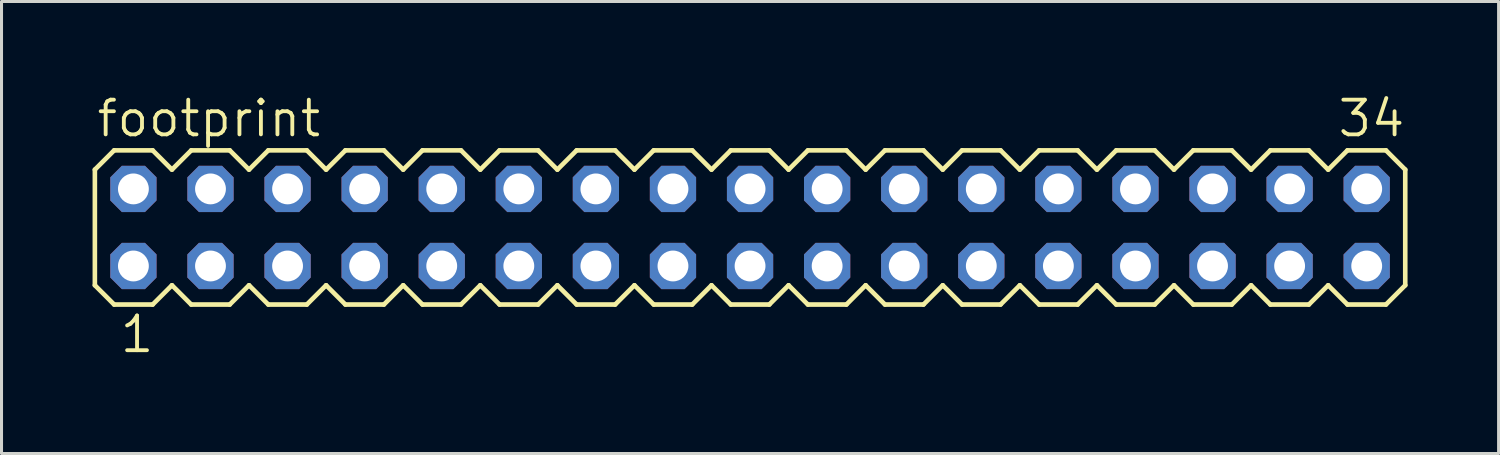
<source format=kicad_pcb>
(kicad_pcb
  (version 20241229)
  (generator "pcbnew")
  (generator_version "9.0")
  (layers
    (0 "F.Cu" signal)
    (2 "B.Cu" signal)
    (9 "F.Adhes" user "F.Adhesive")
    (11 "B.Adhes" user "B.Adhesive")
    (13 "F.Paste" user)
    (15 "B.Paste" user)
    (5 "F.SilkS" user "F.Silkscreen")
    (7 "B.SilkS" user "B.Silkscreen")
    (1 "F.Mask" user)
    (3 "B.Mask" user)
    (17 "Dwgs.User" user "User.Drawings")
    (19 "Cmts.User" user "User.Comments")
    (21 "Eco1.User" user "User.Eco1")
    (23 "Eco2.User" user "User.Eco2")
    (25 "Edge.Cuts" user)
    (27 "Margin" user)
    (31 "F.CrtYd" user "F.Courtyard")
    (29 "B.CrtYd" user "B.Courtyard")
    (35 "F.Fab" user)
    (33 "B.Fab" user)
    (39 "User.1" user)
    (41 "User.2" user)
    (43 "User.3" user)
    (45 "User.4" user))
  (footprint "footprint"
    (layer "F.Cu")
    (at 21.666 4.445)
    (property "Reference" "footprint" (at -21.59 -2.921 0) (layer "F.SilkS") (effects (font (size 1.143 1.143) (thickness 0.127)) (justify left bottom)))
    (fp_line (start -21.59 -1.905) (end -21.59 1.905) (stroke (width 0.152) (type solid)) (layer "F.SilkS"))
    (fp_line (start -21.59 1.905) (end -20.955 2.54) (stroke (width 0.152) (type solid)) (layer "F.SilkS"))
    (fp_line (start -20.955 -2.54) (end -21.59 -1.905) (stroke (width 0.152) (type solid)) (layer "F.SilkS"))
    (fp_line (start -20.955 -2.54) (end -19.685 -2.54) (stroke (width 0.152) (type solid)) (layer "F.SilkS"))
    (fp_line (start -19.685 -2.54) (end -19.05 -1.905) (stroke (width 0.152) (type solid)) (layer "F.SilkS"))
    (fp_line (start -19.685 2.54) (end -20.955 2.54) (stroke (width 0.152) (type solid)) (layer "F.SilkS"))
    (fp_line (start -19.05 -1.905) (end -18.415 -2.54) (stroke (width 0.152) (type solid)) (layer "F.SilkS"))
    (fp_line (start -19.05 1.905) (end -19.685 2.54) (stroke (width 0.152) (type solid)) (layer "F.SilkS"))
    (fp_line (start -18.415 -2.54) (end -17.145 -2.54) (stroke (width 0.152) (type solid)) (layer "F.SilkS"))
    (fp_line (start -18.415 2.54) (end -19.05 1.905) (stroke (width 0.152) (type solid)) (layer "F.SilkS"))
    (fp_line (start -17.145 -2.54) (end -16.51 -1.905) (stroke (width 0.152) (type solid)) (layer "F.SilkS"))
    (fp_line (start -17.145 2.54) (end -18.415 2.54) (stroke (width 0.152) (type solid)) (layer "F.SilkS"))
    (fp_line (start -16.51 -1.905) (end -15.875 -2.54) (stroke (width 0.152) (type solid)) (layer "F.SilkS"))
    (fp_line (start -16.51 1.905) (end -17.145 2.54) (stroke (width 0.152) (type solid)) (layer "F.SilkS"))
    (fp_line (start -15.875 -2.54) (end -14.605 -2.54) (stroke (width 0.152) (type solid)) (layer "F.SilkS"))
    (fp_line (start -15.875 2.54) (end -16.51 1.905) (stroke (width 0.152) (type solid)) (layer "F.SilkS"))
    (fp_line (start -14.605 -2.54) (end -13.97 -1.905) (stroke (width 0.152) (type solid)) (layer "F.SilkS"))
    (fp_line (start -14.605 2.54) (end -15.875 2.54) (stroke (width 0.152) (type solid)) (layer "F.SilkS"))
    (fp_line (start -13.97 1.905) (end -14.605 2.54) (stroke (width 0.152) (type solid)) (layer "F.SilkS"))
    (fp_line (start -13.97 1.905) (end -13.335 2.54) (stroke (width 0.152) (type solid)) (layer "F.SilkS"))
    (fp_line (start -13.335 -2.54) (end -13.97 -1.905) (stroke (width 0.152) (type solid)) (layer "F.SilkS"))
    (fp_line (start -13.335 -2.54) (end -12.065 -2.54) (stroke (width 0.152) (type solid)) (layer "F.SilkS"))
    (fp_line (start -12.065 -2.54) (end -11.43 -1.905) (stroke (width 0.152) (type solid)) (layer "F.SilkS"))
    (fp_line (start -12.065 2.54) (end -13.335 2.54) (stroke (width 0.152) (type solid)) (layer "F.SilkS"))
    (fp_line (start -11.43 -1.905) (end -10.795 -2.54) (stroke (width 0.152) (type solid)) (layer "F.SilkS"))
    (fp_line (start -11.43 1.905) (end -12.065 2.54) (stroke (width 0.152) (type solid)) (layer "F.SilkS"))
    (fp_line (start -10.795 -2.54) (end -9.525 -2.54) (stroke (width 0.152) (type solid)) (layer "F.SilkS"))
    (fp_line (start -10.795 2.54) (end -11.43 1.905) (stroke (width 0.152) (type solid)) (layer "F.SilkS"))
    (fp_line (start -9.525 -2.54) (end -8.89 -1.905) (stroke (width 0.152) (type solid)) (layer "F.SilkS"))
    (fp_line (start -9.525 2.54) (end -10.795 2.54) (stroke (width 0.152) (type solid)) (layer "F.SilkS"))
    (fp_line (start -8.89 -1.905) (end -8.255 -2.54) (stroke (width 0.152) (type solid)) (layer "F.SilkS"))
    (fp_line (start -8.89 1.905) (end -9.525 2.54) (stroke (width 0.152) (type solid)) (layer "F.SilkS"))
    (fp_line (start -8.255 -2.54) (end -6.985 -2.54) (stroke (width 0.152) (type solid)) (layer "F.SilkS"))
    (fp_line (start -8.255 2.54) (end -8.89 1.905) (stroke (width 0.152) (type solid)) (layer "F.SilkS"))
    (fp_line (start -6.985 -2.54) (end -6.35 -1.905) (stroke (width 0.152) (type solid)) (layer "F.SilkS"))
    (fp_line (start -6.985 2.54) (end -8.255 2.54) (stroke (width 0.152) (type solid)) (layer "F.SilkS"))
    (fp_line (start -6.35 -1.905) (end -5.715 -2.54) (stroke (width 0.152) (type solid)) (layer "F.SilkS"))
    (fp_line (start -6.35 1.905) (end -6.985 2.54) (stroke (width 0.152) (type solid)) (layer "F.SilkS"))
    (fp_line (start -5.715 -2.54) (end -4.445 -2.54) (stroke (width 0.152) (type solid)) (layer "F.SilkS"))
    (fp_line (start -5.715 2.54) (end -6.35 1.905) (stroke (width 0.152) (type solid)) (layer "F.SilkS"))
    (fp_line (start -4.445 -2.54) (end -3.81 -1.905) (stroke (width 0.152) (type solid)) (layer "F.SilkS"))
    (fp_line (start -4.445 2.54) (end -5.715 2.54) (stroke (width 0.152) (type solid)) (layer "F.SilkS"))
    (fp_line (start -3.81 1.905) (end -4.445 2.54) (stroke (width 0.152) (type solid)) (layer "F.SilkS"))
    (fp_line (start -3.81 1.905) (end -3.175 2.54) (stroke (width 0.152) (type solid)) (layer "F.SilkS"))
    (fp_line (start -3.175 -2.54) (end -3.81 -1.905) (stroke (width 0.152) (type solid)) (layer "F.SilkS"))
    (fp_line (start -3.175 -2.54) (end -1.905 -2.54) (stroke (width 0.152) (type solid)) (layer "F.SilkS"))
    (fp_line (start -1.905 -2.54) (end -1.27 -1.905) (stroke (width 0.152) (type solid)) (layer "F.SilkS"))
    (fp_line (start -1.905 2.54) (end -3.175 2.54) (stroke (width 0.152) (type solid)) (layer "F.SilkS"))
    (fp_line (start -1.27 -1.905) (end -0.635 -2.54) (stroke (width 0.152) (type solid)) (layer "F.SilkS"))
    (fp_line (start -1.27 1.905) (end -1.905 2.54) (stroke (width 0.152) (type solid)) (layer "F.SilkS"))
    (fp_line (start -0.635 -2.54) (end 0.635 -2.54) (stroke (width 0.152) (type solid)) (layer "F.SilkS"))
    (fp_line (start -0.635 2.54) (end -1.27 1.905) (stroke (width 0.152) (type solid)) (layer "F.SilkS"))
    (fp_line (start 0.635 -2.54) (end 1.27 -1.905) (stroke (width 0.152) (type solid)) (layer "F.SilkS"))
    (fp_line (start 0.635 2.54) (end -0.635 2.54) (stroke (width 0.152) (type solid)) (layer "F.SilkS"))
    (fp_line (start 1.27 -1.905) (end 1.905 -2.54) (stroke (width 0.152) (type solid)) (layer "F.SilkS"))
    (fp_line (start 1.27 1.905) (end 0.635 2.54) (stroke (width 0.152) (type solid)) (layer "F.SilkS"))
    (fp_line (start 1.905 -2.54) (end 3.175 -2.54) (stroke (width 0.152) (type solid)) (layer "F.SilkS"))
    (fp_line (start 1.905 2.54) (end 1.27 1.905) (stroke (width 0.152) (type solid)) (layer "F.SilkS"))
    (fp_line (start 3.175 -2.54) (end 3.81 -1.905) (stroke (width 0.152) (type solid)) (layer "F.SilkS"))
    (fp_line (start 3.175 2.54) (end 1.905 2.54) (stroke (width 0.152) (type solid)) (layer "F.SilkS"))
    (fp_line (start 3.81 1.905) (end 3.175 2.54) (stroke (width 0.152) (type solid)) (layer "F.SilkS"))
    (fp_line (start 3.81 1.905) (end 4.445 2.54) (stroke (width 0.152) (type solid)) (layer "F.SilkS"))
    (fp_line (start 4.445 -2.54) (end 3.81 -1.905) (stroke (width 0.152) (type solid)) (layer "F.SilkS"))
    (fp_line (start 4.445 -2.54) (end 5.715 -2.54) (stroke (width 0.152) (type solid)) (layer "F.SilkS"))
    (fp_line (start 5.715 -2.54) (end 6.35 -1.905) (stroke (width 0.152) (type solid)) (layer "F.SilkS"))
    (fp_line (start 5.715 2.54) (end 4.445 2.54) (stroke (width 0.152) (type solid)) (layer "F.SilkS"))
    (fp_line (start 6.35 -1.905) (end 6.985 -2.54) (stroke (width 0.152) (type solid)) (layer "F.SilkS"))
    (fp_line (start 6.35 1.905) (end 5.715 2.54) (stroke (width 0.152) (type solid)) (layer "F.SilkS"))
    (fp_line (start 6.985 -2.54) (end 8.255 -2.54) (stroke (width 0.152) (type solid)) (layer "F.SilkS"))
    (fp_line (start 6.985 2.54) (end 6.35 1.905) (stroke (width 0.152) (type solid)) (layer "F.SilkS"))
    (fp_line (start 8.255 -2.54) (end 8.89 -1.905) (stroke (width 0.152) (type solid)) (layer "F.SilkS"))
    (fp_line (start 8.255 2.54) (end 6.985 2.54) (stroke (width 0.152) (type solid)) (layer "F.SilkS"))
    (fp_line (start 8.89 -1.905) (end 9.525 -2.54) (stroke (width 0.152) (type solid)) (layer "F.SilkS"))
    (fp_line (start 8.89 1.905) (end 8.255 2.54) (stroke (width 0.152) (type solid)) (layer "F.SilkS"))
    (fp_line (start 9.525 -2.54) (end 10.795 -2.54) (stroke (width 0.152) (type solid)) (layer "F.SilkS"))
    (fp_line (start 9.525 2.54) (end 8.89 1.905) (stroke (width 0.152) (type solid)) (layer "F.SilkS"))
    (fp_line (start 10.795 -2.54) (end 11.43 -1.905) (stroke (width 0.152) (type solid)) (layer "F.SilkS"))
    (fp_line (start 10.795 2.54) (end 9.525 2.54) (stroke (width 0.152) (type solid)) (layer "F.SilkS"))
    (fp_line (start 11.43 -1.905) (end 12.065 -2.54) (stroke (width 0.152) (type solid)) (layer "F.SilkS"))
    (fp_line (start 11.43 1.905) (end 10.795 2.54) (stroke (width 0.152) (type solid)) (layer "F.SilkS"))
    (fp_line (start 12.065 -2.54) (end 13.335 -2.54) (stroke (width 0.152) (type solid)) (layer "F.SilkS"))
    (fp_line (start 12.065 2.54) (end 11.43 1.905) (stroke (width 0.152) (type solid)) (layer "F.SilkS"))
    (fp_line (start 13.335 -2.54) (end 13.97 -1.905) (stroke (width 0.152) (type solid)) (layer "F.SilkS"))
    (fp_line (start 13.335 2.54) (end 12.065 2.54) (stroke (width 0.152) (type solid)) (layer "F.SilkS"))
    (fp_line (start 13.97 1.905) (end 13.335 2.54) (stroke (width 0.152) (type solid)) (layer "F.SilkS"))
    (fp_line (start 13.97 1.905) (end 14.605 2.54) (stroke (width 0.152) (type solid)) (layer "F.SilkS"))
    (fp_line (start 14.605 -2.54) (end 13.97 -1.905) (stroke (width 0.152) (type solid)) (layer "F.SilkS"))
    (fp_line (start 14.605 -2.54) (end 15.875 -2.54) (stroke (width 0.152) (type solid)) (layer "F.SilkS"))
    (fp_line (start 15.875 -2.54) (end 16.51 -1.905) (stroke (width 0.152) (type solid)) (layer "F.SilkS"))
    (fp_line (start 15.875 2.54) (end 14.605 2.54) (stroke (width 0.152) (type solid)) (layer "F.SilkS"))
    (fp_line (start 16.51 -1.905) (end 17.145 -2.54) (stroke (width 0.152) (type solid)) (layer "F.SilkS"))
    (fp_line (start 16.51 1.905) (end 15.875 2.54) (stroke (width 0.152) (type solid)) (layer "F.SilkS"))
    (fp_line (start 17.145 -2.54) (end 18.415 -2.54) (stroke (width 0.152) (type solid)) (layer "F.SilkS"))
    (fp_line (start 17.145 2.54) (end 16.51 1.905) (stroke (width 0.152) (type solid)) (layer "F.SilkS"))
    (fp_line (start 18.415 -2.54) (end 19.05 -1.905) (stroke (width 0.152) (type solid)) (layer "F.SilkS"))
    (fp_line (start 18.415 2.54) (end 17.145 2.54) (stroke (width 0.152) (type solid)) (layer "F.SilkS"))
    (fp_line (start 19.05 -1.905) (end 19.685 -2.54) (stroke (width 0.152) (type solid)) (layer "F.SilkS"))
    (fp_line (start 19.05 1.905) (end 18.415 2.54) (stroke (width 0.152) (type solid)) (layer "F.SilkS"))
    (fp_line (start 19.685 -2.54) (end 20.955 -2.54) (stroke (width 0.152) (type solid)) (layer "F.SilkS"))
    (fp_line (start 19.685 2.54) (end 19.05 1.905) (stroke (width 0.152) (type solid)) (layer "F.SilkS"))
    (fp_line (start 20.955 -2.54) (end 21.59 -1.905) (stroke (width 0.152) (type solid)) (layer "F.SilkS"))
    (fp_line (start 20.955 2.54) (end 19.685 2.54) (stroke (width 0.152) (type solid)) (layer "F.SilkS"))
    (fp_line (start 21.59 -1.905) (end 21.59 1.905) (stroke (width 0.152) (type solid)) (layer "F.SilkS"))
    (fp_line (start 21.59 1.905) (end 20.955 2.54) (stroke (width 0.152) (type solid)) (layer "F.SilkS"))
    (fp_poly (pts (xy -20.574 -1.016) (xy -20.066 -1.016) (xy -20.066 -1.524) (xy -20.574 -1.524)) (stroke (width 0.1) (type solid)) (fill no) (layer "F.Fab"))
    (fp_poly (pts (xy -20.574 1.524) (xy -20.066 1.524) (xy -20.066 1.016) (xy -20.574 1.016)) (stroke (width 0.1) (type solid)) (fill no) (layer "F.Fab"))
    (fp_poly (pts (xy -18.034 -1.016) (xy -17.526 -1.016) (xy -17.526 -1.524) (xy -18.034 -1.524)) (stroke (width 0.1) (type solid)) (fill no) (layer "F.Fab"))
    (fp_poly (pts (xy -18.034 1.524) (xy -17.526 1.524) (xy -17.526 1.016) (xy -18.034 1.016)) (stroke (width 0.1) (type solid)) (fill no) (layer "F.Fab"))
    (fp_poly (pts (xy -15.494 -1.016) (xy -14.986 -1.016) (xy -14.986 -1.524) (xy -15.494 -1.524)) (stroke (width 0.1) (type solid)) (fill no) (layer "F.Fab"))
    (fp_poly (pts (xy -15.494 1.524) (xy -14.986 1.524) (xy -14.986 1.016) (xy -15.494 1.016)) (stroke (width 0.1) (type solid)) (fill no) (layer "F.Fab"))
    (fp_poly (pts (xy -12.954 -1.016) (xy -12.446 -1.016) (xy -12.446 -1.524) (xy -12.954 -1.524)) (stroke (width 0.1) (type solid)) (fill no) (layer "F.Fab"))
    (fp_poly (pts (xy -12.954 1.524) (xy -12.446 1.524) (xy -12.446 1.016) (xy -12.954 1.016)) (stroke (width 0.1) (type solid)) (fill no) (layer "F.Fab"))
    (fp_poly (pts (xy -10.414 -1.016) (xy -9.906 -1.016) (xy -9.906 -1.524) (xy -10.414 -1.524)) (stroke (width 0.1) (type solid)) (fill no) (layer "F.Fab"))
    (fp_poly (pts (xy -10.414 1.524) (xy -9.906 1.524) (xy -9.906 1.016) (xy -10.414 1.016)) (stroke (width 0.1) (type solid)) (fill no) (layer "F.Fab"))
    (fp_poly (pts (xy -7.874 -1.016) (xy -7.366 -1.016) (xy -7.366 -1.524) (xy -7.874 -1.524)) (stroke (width 0.1) (type solid)) (fill no) (layer "F.Fab"))
    (fp_poly (pts (xy -7.874 1.524) (xy -7.366 1.524) (xy -7.366 1.016) (xy -7.874 1.016)) (stroke (width 0.1) (type solid)) (fill no) (layer "F.Fab"))
    (fp_poly (pts (xy -5.334 -1.016) (xy -4.826 -1.016) (xy -4.826 -1.524) (xy -5.334 -1.524)) (stroke (width 0.1) (type solid)) (fill no) (layer "F.Fab"))
    (fp_poly (pts (xy -5.334 1.524) (xy -4.826 1.524) (xy -4.826 1.016) (xy -5.334 1.016)) (stroke (width 0.1) (type solid)) (fill no) (layer "F.Fab"))
    (fp_poly (pts (xy -2.794 -1.016) (xy -2.286 -1.016) (xy -2.286 -1.524) (xy -2.794 -1.524)) (stroke (width 0.1) (type solid)) (fill no) (layer "F.Fab"))
    (fp_poly (pts (xy -2.794 1.524) (xy -2.286 1.524) (xy -2.286 1.016) (xy -2.794 1.016)) (stroke (width 0.1) (type solid)) (fill no) (layer "F.Fab"))
    (fp_poly (pts (xy -0.254 -1.016) (xy 0.254 -1.016) (xy 0.254 -1.524) (xy -0.254 -1.524)) (stroke (width 0.1) (type solid)) (fill no) (layer "F.Fab"))
    (fp_poly (pts (xy -0.254 1.524) (xy 0.254 1.524) (xy 0.254 1.016) (xy -0.254 1.016)) (stroke (width 0.1) (type solid)) (fill no) (layer "F.Fab"))
    (fp_poly (pts (xy 2.286 -1.016) (xy 2.794 -1.016) (xy 2.794 -1.524) (xy 2.286 -1.524)) (stroke (width 0.1) (type solid)) (fill no) (layer "F.Fab"))
    (fp_poly (pts (xy 2.286 1.524) (xy 2.794 1.524) (xy 2.794 1.016) (xy 2.286 1.016)) (stroke (width 0.1) (type solid)) (fill no) (layer "F.Fab"))
    (fp_poly (pts (xy 4.826 -1.016) (xy 5.334 -1.016) (xy 5.334 -1.524) (xy 4.826 -1.524)) (stroke (width 0.1) (type solid)) (fill no) (layer "F.Fab"))
    (fp_poly (pts (xy 4.826 1.524) (xy 5.334 1.524) (xy 5.334 1.016) (xy 4.826 1.016)) (stroke (width 0.1) (type solid)) (fill no) (layer "F.Fab"))
    (fp_poly (pts (xy 7.366 -1.016) (xy 7.874 -1.016) (xy 7.874 -1.524) (xy 7.366 -1.524)) (stroke (width 0.1) (type solid)) (fill no) (layer "F.Fab"))
    (fp_poly (pts (xy 7.366 1.524) (xy 7.874 1.524) (xy 7.874 1.016) (xy 7.366 1.016)) (stroke (width 0.1) (type solid)) (fill no) (layer "F.Fab"))
    (fp_poly (pts (xy 9.906 -1.016) (xy 10.414 -1.016) (xy 10.414 -1.524) (xy 9.906 -1.524)) (stroke (width 0.1) (type solid)) (fill no) (layer "F.Fab"))
    (fp_poly (pts (xy 9.906 1.524) (xy 10.414 1.524) (xy 10.414 1.016) (xy 9.906 1.016)) (stroke (width 0.1) (type solid)) (fill no) (layer "F.Fab"))
    (fp_poly (pts (xy 12.446 -1.016) (xy 12.954 -1.016) (xy 12.954 -1.524) (xy 12.446 -1.524)) (stroke (width 0.1) (type solid)) (fill no) (layer "F.Fab"))
    (fp_poly (pts (xy 12.446 1.524) (xy 12.954 1.524) (xy 12.954 1.016) (xy 12.446 1.016)) (stroke (width 0.1) (type solid)) (fill no) (layer "F.Fab"))
    (fp_poly (pts (xy 14.986 -1.016) (xy 15.494 -1.016) (xy 15.494 -1.524) (xy 14.986 -1.524)) (stroke (width 0.1) (type solid)) (fill no) (layer "F.Fab"))
    (fp_poly (pts (xy 14.986 1.524) (xy 15.494 1.524) (xy 15.494 1.016) (xy 14.986 1.016)) (stroke (width 0.1) (type solid)) (fill no) (layer "F.Fab"))
    (fp_poly (pts (xy 17.526 -1.016) (xy 18.034 -1.016) (xy 18.034 -1.524) (xy 17.526 -1.524)) (stroke (width 0.1) (type solid)) (fill no) (layer "F.Fab"))
    (fp_poly (pts (xy 17.526 1.524) (xy 18.034 1.524) (xy 18.034 1.016) (xy 17.526 1.016)) (stroke (width 0.1) (type solid)) (fill no) (layer "F.Fab"))
    (fp_poly (pts (xy 20.066 -1.016) (xy 20.574 -1.016) (xy 20.574 -1.524) (xy 20.066 -1.524)) (stroke (width 0.1) (type solid)) (fill no) (layer "F.Fab"))
    (fp_poly (pts (xy 20.066 1.524) (xy 20.574 1.524) (xy 20.574 1.016) (xy 20.066 1.016)) (stroke (width 0.1) (type solid)) (fill no) (layer "F.Fab"))
    (fp_text user "1" (at -20.828 4.191 0) (layer "F.SilkS") (effects (font (size 1.143 1.143) (thickness 0.127)) (justify left bottom)))
    (fp_text user "34" (at 19.304 -2.921 0) (layer "F.SilkS") (effects (font (size 1.143 1.143) (thickness 0.127)) (justify left bottom)))
    (pad "1" thru_hole roundrect (at -20.32 1.27) (size 1.524 1.524) (drill 1.016) (layers "*.Cu" "*.Mask") (roundrect_rratio 0.25) (chamfer_ratio 0.25) (chamfer top_left top_right bottom_left bottom_right))
    (pad "2" thru_hole roundrect (at -20.32 -1.27) (size 1.524 1.524) (drill 1.016) (layers "*.Cu" "*.Mask") (roundrect_rratio 0.25) (chamfer_ratio 0.25) (chamfer top_left top_right bottom_left bottom_right))
    (pad "3" thru_hole roundrect (at -17.78 1.27) (size 1.524 1.524) (drill 1.016) (layers "*.Cu" "*.Mask") (roundrect_rratio 0.25) (chamfer_ratio 0.25) (chamfer top_left top_right bottom_left bottom_right))
    (pad "4" thru_hole roundrect (at -17.78 -1.27) (size 1.524 1.524) (drill 1.016) (layers "*.Cu" "*.Mask") (roundrect_rratio 0.25) (chamfer_ratio 0.25) (chamfer top_left top_right bottom_left bottom_right))
    (pad "5" thru_hole roundrect (at -15.24 1.27) (size 1.524 1.524) (drill 1.016) (layers "*.Cu" "*.Mask") (roundrect_rratio 0.25) (chamfer_ratio 0.25) (chamfer top_left top_right bottom_left bottom_right))
    (pad "6" thru_hole roundrect (at -15.24 -1.27) (size 1.524 1.524) (drill 1.016) (layers "*.Cu" "*.Mask") (roundrect_rratio 0.25) (chamfer_ratio 0.25) (chamfer top_left top_right bottom_left bottom_right))
    (pad "7" thru_hole roundrect (at -12.7 1.27) (size 1.524 1.524) (drill 1.016) (layers "*.Cu" "*.Mask") (roundrect_rratio 0.25) (chamfer_ratio 0.25) (chamfer top_left top_right bottom_left bottom_right))
    (pad "8" thru_hole roundrect (at -12.7 -1.27) (size 1.524 1.524) (drill 1.016) (layers "*.Cu" "*.Mask") (roundrect_rratio 0.25) (chamfer_ratio 0.25) (chamfer top_left top_right bottom_left bottom_right))
    (pad "9" thru_hole roundrect (at -10.16 1.27) (size 1.524 1.524) (drill 1.016) (layers "*.Cu" "*.Mask") (roundrect_rratio 0.25) (chamfer_ratio 0.25) (chamfer top_left top_right bottom_left bottom_right))
    (pad "10" thru_hole roundrect (at -10.16 -1.27) (size 1.524 1.524) (drill 1.016) (layers "*.Cu" "*.Mask") (roundrect_rratio 0.25) (chamfer_ratio 0.25) (chamfer top_left top_right bottom_left bottom_right))
    (pad "11" thru_hole roundrect (at -7.62 1.27) (size 1.524 1.524) (drill 1.016) (layers "*.Cu" "*.Mask") (roundrect_rratio 0.25) (chamfer_ratio 0.25) (chamfer top_left top_right bottom_left bottom_right))
    (pad "12" thru_hole roundrect (at -7.62 -1.27) (size 1.524 1.524) (drill 1.016) (layers "*.Cu" "*.Mask") (roundrect_rratio 0.25) (chamfer_ratio 0.25) (chamfer top_left top_right bottom_left bottom_right))
    (pad "13" thru_hole roundrect (at -5.08 1.27) (size 1.524 1.524) (drill 1.016) (layers "*.Cu" "*.Mask") (roundrect_rratio 0.25) (chamfer_ratio 0.25) (chamfer top_left top_right bottom_left bottom_right))
    (pad "14" thru_hole roundrect (at -5.08 -1.27) (size 1.524 1.524) (drill 1.016) (layers "*.Cu" "*.Mask") (roundrect_rratio 0.25) (chamfer_ratio 0.25) (chamfer top_left top_right bottom_left bottom_right))
    (pad "15" thru_hole roundrect (at -2.54 1.27) (size 1.524 1.524) (drill 1.016) (layers "*.Cu" "*.Mask") (roundrect_rratio 0.25) (chamfer_ratio 0.25) (chamfer top_left top_right bottom_left bottom_right))
    (pad "16" thru_hole roundrect (at -2.54 -1.27) (size 1.524 1.524) (drill 1.016) (layers "*.Cu" "*.Mask") (roundrect_rratio 0.25) (chamfer_ratio 0.25) (chamfer top_left top_right bottom_left bottom_right))
    (pad "17" thru_hole roundrect (at 0 1.27) (size 1.524 1.524) (drill 1.016) (layers "*.Cu" "*.Mask") (roundrect_rratio 0.25) (chamfer_ratio 0.25) (chamfer top_left top_right bottom_left bottom_right))
    (pad "18" thru_hole roundrect (at 0 -1.27) (size 1.524 1.524) (drill 1.016) (layers "*.Cu" "*.Mask") (roundrect_rratio 0.25) (chamfer_ratio 0.25) (chamfer top_left top_right bottom_left bottom_right))
    (pad "19" thru_hole roundrect (at 2.54 1.27) (size 1.524 1.524) (drill 1.016) (layers "*.Cu" "*.Mask") (roundrect_rratio 0.25) (chamfer_ratio 0.25) (chamfer top_left top_right bottom_left bottom_right))
    (pad "20" thru_hole roundrect (at 2.54 -1.27) (size 1.524 1.524) (drill 1.016) (layers "*.Cu" "*.Mask") (roundrect_rratio 0.25) (chamfer_ratio 0.25) (chamfer top_left top_right bottom_left bottom_right))
    (pad "21" thru_hole roundrect (at 5.08 1.27) (size 1.524 1.524) (drill 1.016) (layers "*.Cu" "*.Mask") (roundrect_rratio 0.25) (chamfer_ratio 0.25) (chamfer top_left top_right bottom_left bottom_right))
    (pad "22" thru_hole roundrect (at 5.08 -1.27) (size 1.524 1.524) (drill 1.016) (layers "*.Cu" "*.Mask") (roundrect_rratio 0.25) (chamfer_ratio 0.25) (chamfer top_left top_right bottom_left bottom_right))
    (pad "23" thru_hole roundrect (at 7.62 1.27) (size 1.524 1.524) (drill 1.016) (layers "*.Cu" "*.Mask") (roundrect_rratio 0.25) (chamfer_ratio 0.25) (chamfer top_left top_right bottom_left bottom_right))
    (pad "24" thru_hole roundrect (at 7.62 -1.27) (size 1.524 1.524) (drill 1.016) (layers "*.Cu" "*.Mask") (roundrect_rratio 0.25) (chamfer_ratio 0.25) (chamfer top_left top_right bottom_left bottom_right))
    (pad "25" thru_hole roundrect (at 10.16 1.27) (size 1.524 1.524) (drill 1.016) (layers "*.Cu" "*.Mask") (roundrect_rratio 0.25) (chamfer_ratio 0.25) (chamfer top_left top_right bottom_left bottom_right))
    (pad "26" thru_hole roundrect (at 10.16 -1.27) (size 1.524 1.524) (drill 1.016) (layers "*.Cu" "*.Mask") (roundrect_rratio 0.25) (chamfer_ratio 0.25) (chamfer top_left top_right bottom_left bottom_right))
    (pad "27" thru_hole roundrect (at 12.7 1.27) (size 1.524 1.524) (drill 1.016) (layers "*.Cu" "*.Mask") (roundrect_rratio 0.25) (chamfer_ratio 0.25) (chamfer top_left top_right bottom_left bottom_right))
    (pad "28" thru_hole roundrect (at 12.7 -1.27) (size 1.524 1.524) (drill 1.016) (layers "*.Cu" "*.Mask") (roundrect_rratio 0.25) (chamfer_ratio 0.25) (chamfer top_left top_right bottom_left bottom_right))
    (pad "29" thru_hole roundrect (at 15.24 1.27) (size 1.524 1.524) (drill 1.016) (layers "*.Cu" "*.Mask") (roundrect_rratio 0.25) (chamfer_ratio 0.25) (chamfer top_left top_right bottom_left bottom_right))
    (pad "30" thru_hole roundrect (at 15.24 -1.27) (size 1.524 1.524) (drill 1.016) (layers "*.Cu" "*.Mask") (roundrect_rratio 0.25) (chamfer_ratio 0.25) (chamfer top_left top_right bottom_left bottom_right))
    (pad "31" thru_hole roundrect (at 17.78 1.27) (size 1.524 1.524) (drill 1.016) (layers "*.Cu" "*.Mask") (roundrect_rratio 0.25) (chamfer_ratio 0.25) (chamfer top_left top_right bottom_left bottom_right))
    (pad "32" thru_hole roundrect (at 17.78 -1.27) (size 1.524 1.524) (drill 1.016) (layers "*.Cu" "*.Mask") (roundrect_rratio 0.25) (chamfer_ratio 0.25) (chamfer top_left top_right bottom_left bottom_right))
    (pad "33" thru_hole roundrect (at 20.32 1.27) (size 1.524 1.524) (drill 1.016) (layers "*.Cu" "*.Mask") (roundrect_rratio 0.25) (chamfer_ratio 0.25) (chamfer top_left top_right bottom_left bottom_right))
    (pad "34" thru_hole roundrect (at 20.32 -1.27) (size 1.524 1.524) (drill 1.016) (layers "*.Cu" "*.Mask") (roundrect_rratio 0.25) (chamfer_ratio 0.25) (chamfer top_left top_right bottom_left bottom_right)))
  (gr_rect
    (start -3 -3)
    (end 46.332 11.895)
    (stroke (width 0.1) (type default))
    (fill no)
    (layer "Edge.Cuts")))
</source>
